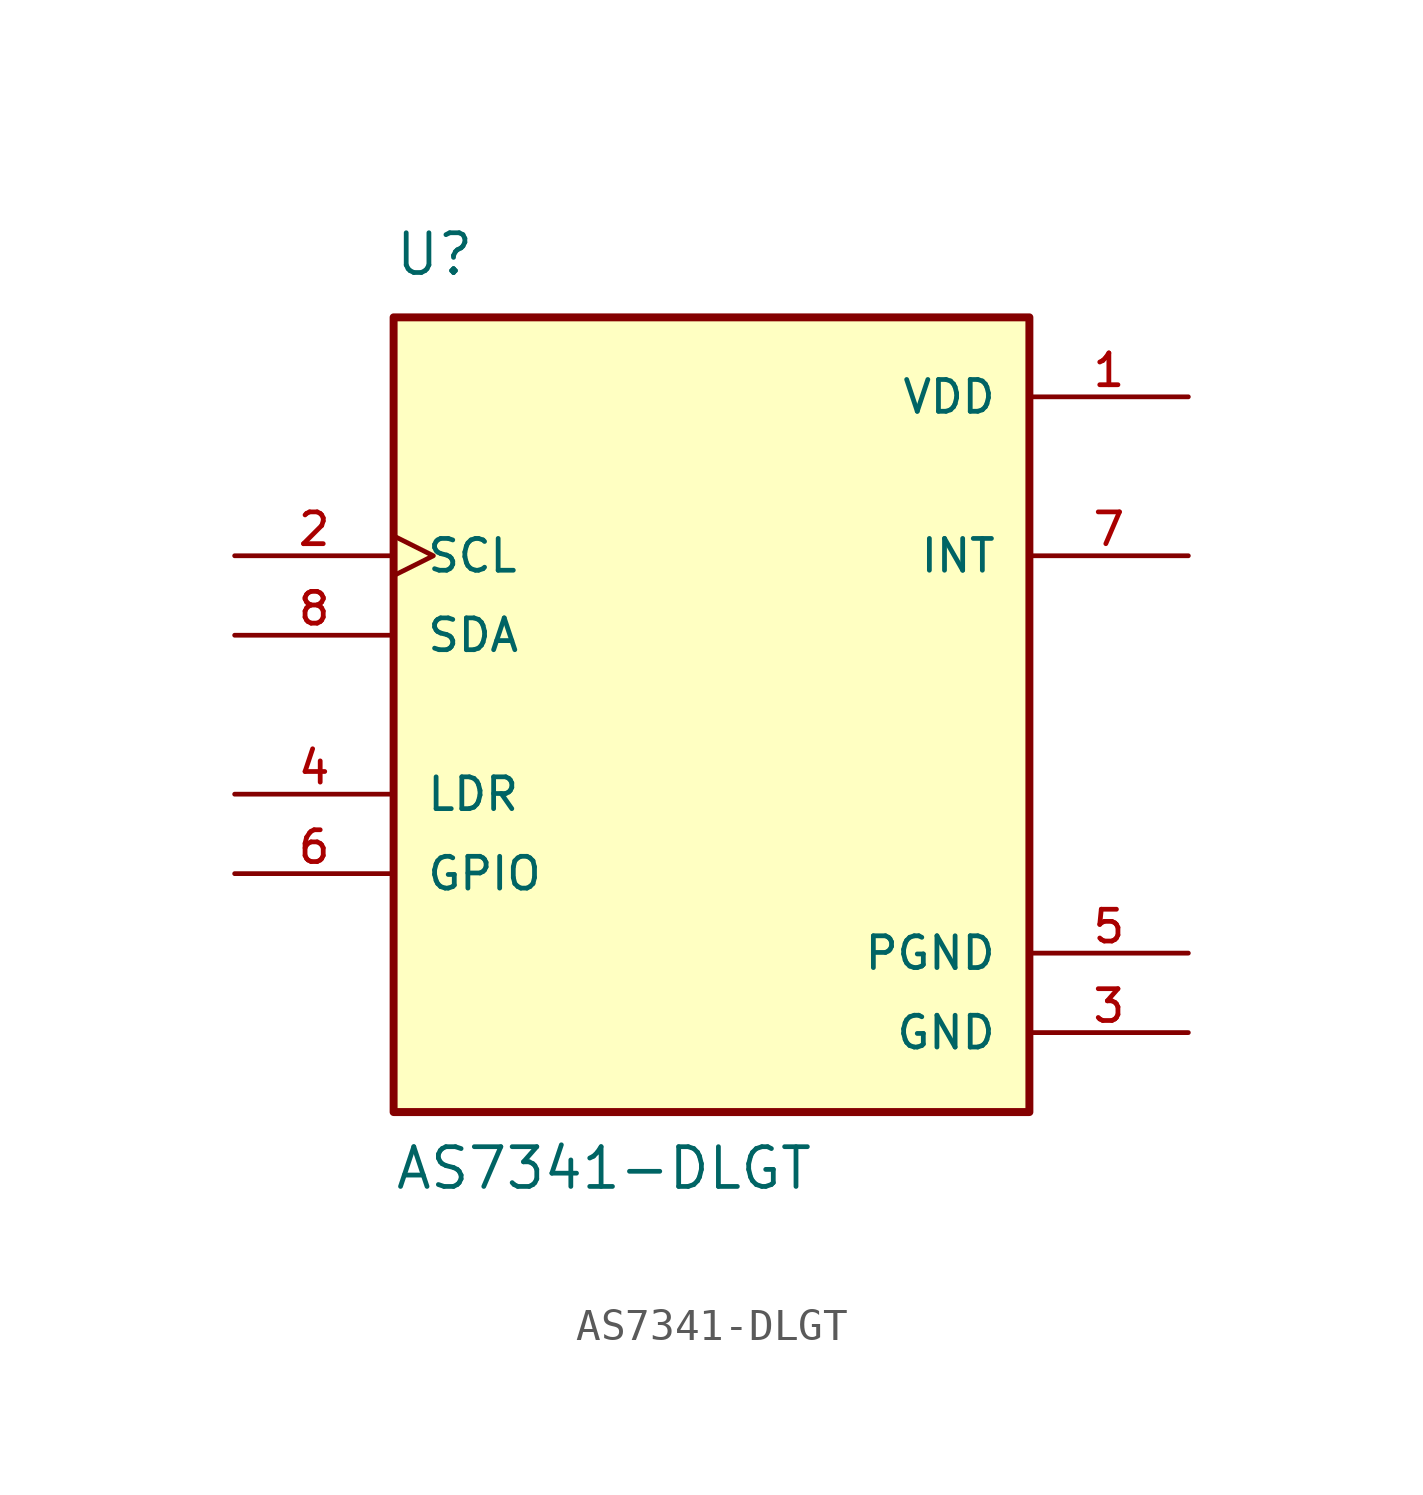
<source format=kicad_sym>
(kicad_symbol_lib
  (version 20241209)
  (generator "kicad_symbol_editor")
  (generator_version "9.0")
  (symbol "AS7341-DLGT"
    (pin_names
      (offset 1.016))
    (property "Reference" "U"
      (at -10.16 13.97 0)
      (effects (font (size 1.27 1.27)) (justify left bottom)))
    (property "Value" "AS7341-DLGT"
      (at -10.16 -15.24 0)
      (effects (font (size 1.27 1.27)) (justify left bottom)))
    (symbol "AS7341-DLGT_0_0"
      (rectangle (start -10.16 -12.7) (end 10.16 12.7) (stroke (width 0.254) (type default)) (fill (type background)))
      (pin input clock (at -15.24 5.08 0) (length 5.08) (name "SCL" (effects (font (size 1.016 1.016)))) (number "2" (effects (font (size 1.016 1.016)))))
      (pin bidirectional line (at -15.24 2.54 0) (length 5.08) (name "SDA" (effects (font (size 1.016 1.016)))) (number "8" (effects (font (size 1.016 1.016)))))
      (pin input line (at -15.24 -2.54 0) (length 5.08) (name "LDR" (effects (font (size 1.016 1.016)))) (number "4" (effects (font (size 1.016 1.016)))))
      (pin bidirectional line (at -15.24 -5.08 0) (length 5.08) (name "GPIO" (effects (font (size 1.016 1.016)))) (number "6" (effects (font (size 1.016 1.016)))))
      (pin power_in line (at 15.24 10.16 180) (length 5.08) (name "VDD" (effects (font (size 1.016 1.016)))) (number "1" (effects (font (size 1.016 1.016)))))
      (pin output line (at 15.24 5.08 180) (length 5.08) (name "INT" (effects (font (size 1.016 1.016)))) (number "7" (effects (font (size 1.016 1.016)))))
      (pin power_in line (at 15.24 -7.62 180) (length 5.08) (name "PGND" (effects (font (size 1.016 1.016)))) (number "5" (effects (font (size 1.016 1.016)))))
      (pin power_in line (at 15.24 -10.16 180) (length 5.08) (name "GND" (effects (font (size 1.016 1.016)))) (number "3" (effects (font (size 1.016 1.016))))))))
</source>
